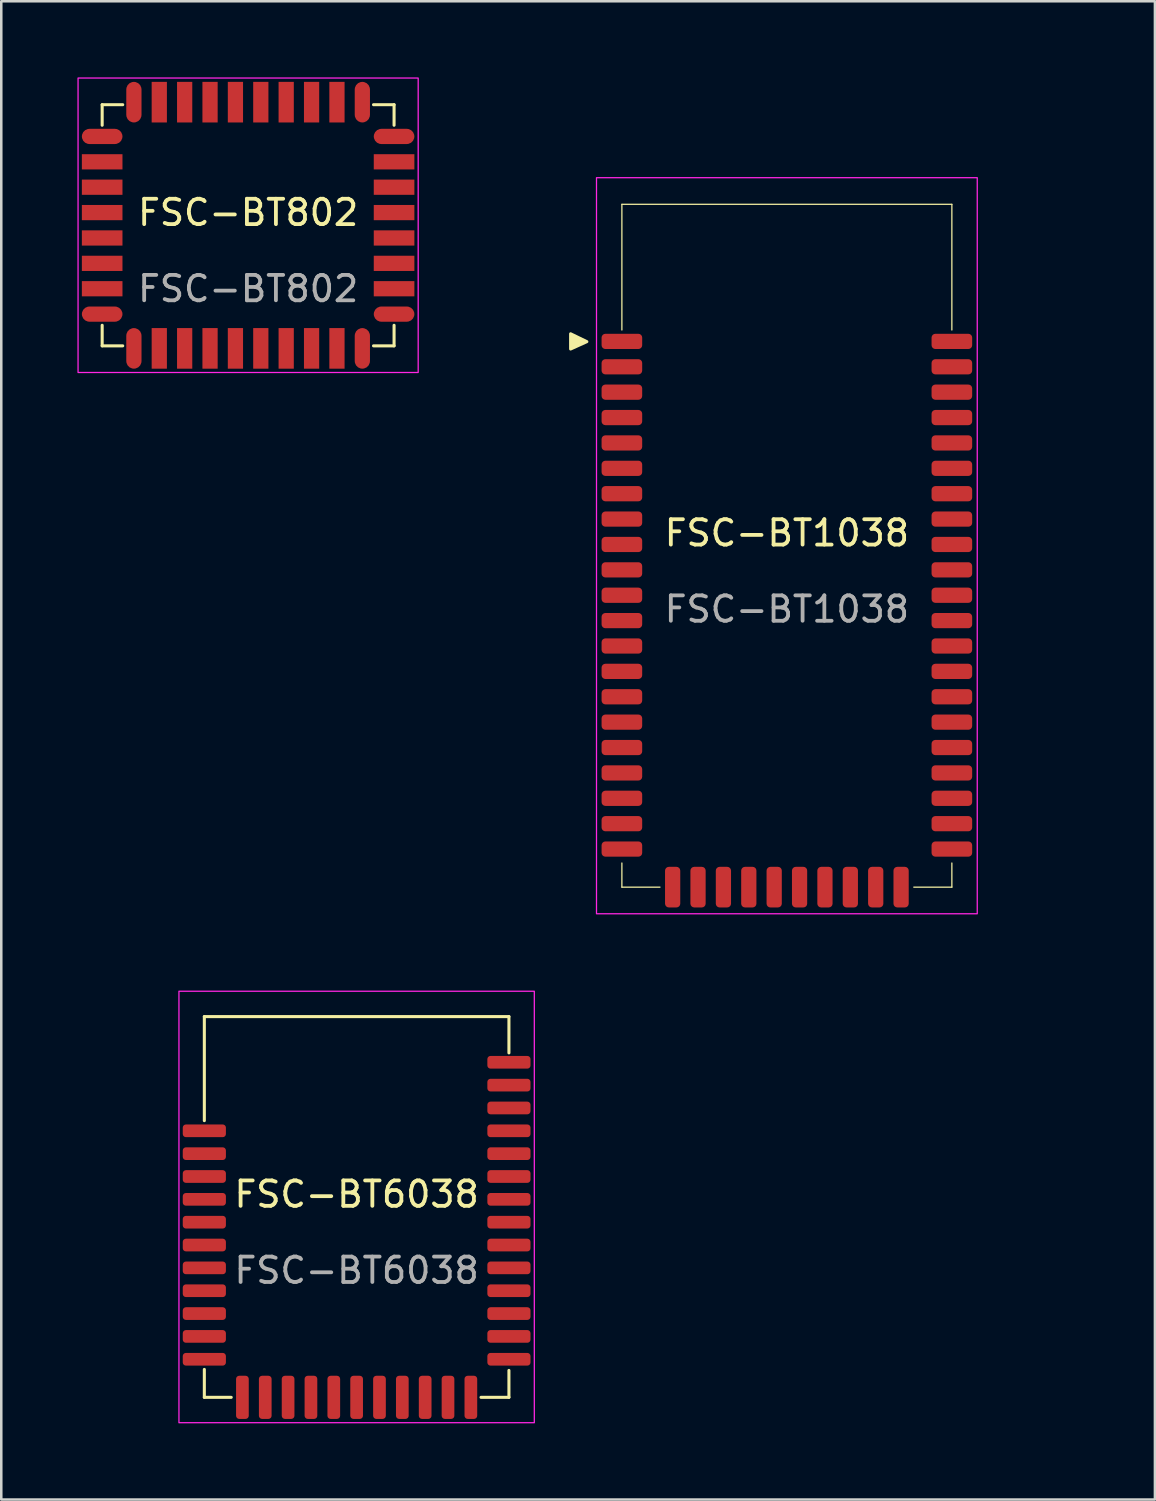
<source format=kicad_pcb>
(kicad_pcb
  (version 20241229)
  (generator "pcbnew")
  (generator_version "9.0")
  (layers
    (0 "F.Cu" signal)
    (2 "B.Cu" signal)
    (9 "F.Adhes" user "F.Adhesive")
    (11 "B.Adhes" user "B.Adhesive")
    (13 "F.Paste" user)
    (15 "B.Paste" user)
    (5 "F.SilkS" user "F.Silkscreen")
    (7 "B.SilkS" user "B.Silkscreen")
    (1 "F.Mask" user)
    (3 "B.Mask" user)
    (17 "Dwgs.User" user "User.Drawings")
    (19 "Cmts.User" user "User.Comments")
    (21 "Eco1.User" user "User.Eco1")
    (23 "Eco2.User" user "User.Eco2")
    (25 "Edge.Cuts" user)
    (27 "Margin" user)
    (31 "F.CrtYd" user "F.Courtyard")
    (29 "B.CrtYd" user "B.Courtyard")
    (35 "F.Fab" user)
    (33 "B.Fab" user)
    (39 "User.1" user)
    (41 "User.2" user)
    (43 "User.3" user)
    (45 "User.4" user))
  (footprint "FSC-BT802"
    (layer "F.Cu")
    (at 6.725 5.825)
    (property "Reference" "FSC-BT802" (at 0 -0.5 0) (unlocked yes) (layer "F.SilkS") (effects (font (size 1 1) (thickness 0.15))))
    (attr smd)
    (fp_line (start -5.75 -4.75) (end -5.75 -3.94) (stroke (width 0.12) (type default)) (layer "F.SilkS"))
    (fp_line (start -5.75 -4.75) (end -4.94 -4.75) (stroke (width 0.12) (type default)) (layer "F.SilkS"))
    (fp_line (start -5.75 4.75) (end -5.75 3.94) (stroke (width 0.12) (type default)) (layer "F.SilkS"))
    (fp_line (start -5.75 4.75) (end -4.94 4.75) (stroke (width 0.12) (type default)) (layer "F.SilkS"))
    (fp_line (start 5.75 -4.75) (end 4.94 -4.75) (stroke (width 0.12) (type default)) (layer "F.SilkS"))
    (fp_line (start 5.75 -4.75) (end 5.75 -3.94) (stroke (width 0.12) (type default)) (layer "F.SilkS"))
    (fp_line (start 5.75 4.75) (end 4.94 4.75) (stroke (width 0.12) (type default)) (layer "F.SilkS"))
    (fp_line (start 5.75 4.75) (end 5.75 3.94) (stroke (width 0.12) (type default)) (layer "F.SilkS"))
    (fp_rect (start -6.7 -5.8) (end 6.7 5.8) (stroke (width 0.05) (type default)) (fill no) (layer "F.CrtYd"))
    (fp_text user "${REFERENCE}" (at 0 2.5 0) (unlocked yes) (layer "F.Fab") (effects (font (size 1 1) (thickness 0.15))))
    (pad "1" smd roundrect (at -5.75 -3.5) (size 1.6 0.6) (layers "F.Cu" "F.Mask" "F.Paste") (roundrect_rratio 0.5))
    (pad "2" smd rect (at -5.75 -2.5) (size 1.6 0.6) (layers "F.Cu" "F.Mask" "F.Paste"))
    (pad "3" smd rect (at -5.75 -1.5) (size 1.6 0.6) (layers "F.Cu" "F.Mask" "F.Paste"))
    (pad "4" smd rect (at -5.75 -0.5) (size 1.6 0.6) (layers "F.Cu" "F.Mask" "F.Paste"))
    (pad "5" smd rect (at -5.75 0.5) (size 1.6 0.6) (layers "F.Cu" "F.Mask" "F.Paste"))
    (pad "6" smd rect (at -5.75 1.5) (size 1.6 0.6) (layers "F.Cu" "F.Mask" "F.Paste"))
    (pad "7" smd rect (at -5.75 2.5) (size 1.6 0.6) (layers "F.Cu" "F.Mask" "F.Paste"))
    (pad "8" smd roundrect (at -5.75 3.5) (size 1.6 0.6) (layers "F.Cu" "F.Mask" "F.Paste") (roundrect_rratio 0.5))
    (pad "9" smd roundrect (at -4.5 4.85 90) (size 1.6 0.6) (layers "F.Cu" "F.Mask" "F.Paste") (roundrect_rratio 0.5))
    (pad "10" smd rect (at -3.5 4.85 90) (size 1.6 0.6) (layers "F.Cu" "F.Mask" "F.Paste"))
    (pad "11" smd rect (at -2.5 4.85 90) (size 1.6 0.6) (layers "F.Cu" "F.Mask" "F.Paste"))
    (pad "12" smd rect (at -1.5 4.85 90) (size 1.6 0.6) (layers "F.Cu" "F.Mask" "F.Paste"))
    (pad "13" smd rect (at -0.5 4.85 90) (size 1.6 0.6) (layers "F.Cu" "F.Mask" "F.Paste"))
    (pad "14" smd rect (at 0.5 4.85 90) (size 1.6 0.6) (layers "F.Cu" "F.Mask" "F.Paste"))
    (pad "15" smd rect (at 1.5 4.85 90) (size 1.6 0.6) (layers "F.Cu" "F.Mask" "F.Paste"))
    (pad "16" smd rect (at 2.5 4.85 90) (size 1.6 0.6) (layers "F.Cu" "F.Mask" "F.Paste"))
    (pad "17" smd rect (at 3.5 4.85 90) (size 1.6 0.6) (layers "F.Cu" "F.Mask" "F.Paste"))
    (pad "18" smd roundrect (at 4.5 4.85 90) (size 1.6 0.6) (layers "F.Cu" "F.Mask" "F.Paste") (roundrect_rratio 0.5))
    (pad "19" smd roundrect (at 5.75 3.5) (size 1.6 0.6) (layers "F.Cu" "F.Mask" "F.Paste") (roundrect_rratio 0.5))
    (pad "20" smd rect (at 5.75 2.5) (size 1.6 0.6) (layers "F.Cu" "F.Mask" "F.Paste"))
    (pad "21" smd rect (at 5.75 1.5) (size 1.6 0.6) (layers "F.Cu" "F.Mask" "F.Paste"))
    (pad "22" smd rect (at 5.75 0.5) (size 1.6 0.6) (layers "F.Cu" "F.Mask" "F.Paste"))
    (pad "23" smd rect (at 5.75 -0.5) (size 1.6 0.6) (layers "F.Cu" "F.Mask" "F.Paste"))
    (pad "24" smd rect (at 5.75 -1.5) (size 1.6 0.6) (layers "F.Cu" "F.Mask" "F.Paste"))
    (pad "25" smd rect (at 5.75 -2.5) (size 1.6 0.6) (layers "F.Cu" "F.Mask" "F.Paste"))
    (pad "26" smd roundrect (at 5.75 -3.5) (size 1.6 0.6) (layers "F.Cu" "F.Mask" "F.Paste") (roundrect_rratio 0.5))
    (pad "27" smd roundrect (at 4.5 -4.85 90) (size 1.6 0.6) (layers "F.Cu" "F.Mask" "F.Paste") (roundrect_rratio 0.5))
    (pad "28" smd rect (at 3.5 -4.85 90) (size 1.6 0.6) (layers "F.Cu" "F.Mask" "F.Paste"))
    (pad "29" smd rect (at 2.5 -4.85 90) (size 1.6 0.6) (layers "F.Cu" "F.Mask" "F.Paste"))
    (pad "30" smd rect (at 1.5 -4.85 90) (size 1.6 0.6) (layers "F.Cu" "F.Mask" "F.Paste"))
    (pad "31" smd rect (at 0.5 -4.85 90) (size 1.6 0.6) (layers "F.Cu" "F.Mask" "F.Paste"))
    (pad "32" smd rect (at -0.5 -4.85 90) (size 1.6 0.6) (layers "F.Cu" "F.Mask" "F.Paste"))
    (pad "33" smd rect (at -1.5 -4.85 90) (size 1.6 0.6) (layers "F.Cu" "F.Mask" "F.Paste"))
    (pad "34" smd rect (at -2.5 -4.85 90) (size 1.6 0.6) (layers "F.Cu" "F.Mask" "F.Paste"))
    (pad "35" smd rect (at -3.5 -4.85 90) (size 1.6 0.6) (layers "F.Cu" "F.Mask" "F.Paste"))
    (pad "36" smd roundrect (at -4.5 -4.85 90) (size 1.6 0.6) (layers "F.Cu" "F.Mask" "F.Paste") (roundrect_rratio 0.5)))
  (footprint "FSC-BT6038"
    (layer "F.Cu")
    (at 11 44.5)
    (property "Reference" "FSC-BT6038" (at 0 -0.5 0) (unlocked yes) (layer "F.SilkS") (effects (font (size 1 1) (thickness 0.15))))
    (attr smd)
    (fp_line (start -6 -7.5) (end -6 -3.4) (stroke (width 0.12) (type default)) (layer "F.SilkS"))
    (fp_line (start -6 -7.5) (end 6 -7.5) (stroke (width 0.12) (type default)) (layer "F.SilkS"))
    (fp_line (start -6 7.5) (end -6 6.4) (stroke (width 0.12) (type default)) (layer "F.SilkS"))
    (fp_line (start -6 7.5) (end -4.94 7.5) (stroke (width 0.12) (type default)) (layer "F.SilkS"))
    (fp_line (start 6 -7.5) (end 6 -6.07) (stroke (width 0.12) (type default)) (layer "F.SilkS"))
    (fp_line (start 6 7.5) (end 4.9 7.5) (stroke (width 0.12) (type default)) (layer "F.SilkS"))
    (fp_line (start 6 7.5) (end 6 6.44) (stroke (width 0.12) (type default)) (layer "F.SilkS"))
    (fp_rect (start -7 -8.5) (end 7 8.5) (stroke (width 0.05) (type default)) (fill no) (layer "F.CrtYd"))
    (fp_text user "${REFERENCE}" (at 0 2.5 0) (unlocked yes) (layer "F.Fab") (effects (font (size 1 1) (thickness 0.15))))
    (pad "1" smd roundrect (at -6 -3) (size 1.7 0.5) (layers "F.Cu" "F.Mask" "F.Paste") (roundrect_rratio 0.25))
    (pad "2" smd roundrect (at -6 -2.1) (size 1.7 0.5) (layers "F.Cu" "F.Mask" "F.Paste") (roundrect_rratio 0.25))
    (pad "3" smd roundrect (at -6 -1.2) (size 1.7 0.5) (layers "F.Cu" "F.Mask" "F.Paste") (roundrect_rratio 0.25))
    (pad "4" smd roundrect (at -6 -0.3) (size 1.7 0.5) (layers "F.Cu" "F.Mask" "F.Paste") (roundrect_rratio 0.25))
    (pad "5" smd roundrect (at -6 0.6) (size 1.7 0.5) (layers "F.Cu" "F.Mask" "F.Paste") (roundrect_rratio 0.25))
    (pad "6" smd roundrect (at -6 1.5) (size 1.7 0.5) (layers "F.Cu" "F.Mask" "F.Paste") (roundrect_rratio 0.25))
    (pad "7" smd roundrect (at -6 2.4) (size 1.7 0.5) (layers "F.Cu" "F.Mask" "F.Paste") (roundrect_rratio 0.25))
    (pad "8" smd roundrect (at -6 3.3) (size 1.7 0.5) (layers "F.Cu" "F.Mask" "F.Paste") (roundrect_rratio 0.25))
    (pad "9" smd roundrect (at -6 4.2) (size 1.7 0.5) (layers "F.Cu" "F.Mask" "F.Paste") (roundrect_rratio 0.25))
    (pad "10" smd roundrect (at -6 5.1) (size 1.7 0.5) (layers "F.Cu" "F.Mask" "F.Paste") (roundrect_rratio 0.25))
    (pad "11" smd roundrect (at -6 6) (size 1.7 0.5) (layers "F.Cu" "F.Mask" "F.Paste") (roundrect_rratio 0.25))
    (pad "12" smd roundrect (at -4.5 7.5 270) (size 1.7 0.5) (layers "F.Cu" "F.Mask" "F.Paste") (roundrect_rratio 0.25))
    (pad "13" smd roundrect (at -3.6 7.5 270) (size 1.7 0.5) (layers "F.Cu" "F.Mask" "F.Paste") (roundrect_rratio 0.25))
    (pad "14" smd roundrect (at -2.7 7.5 270) (size 1.7 0.5) (layers "F.Cu" "F.Mask" "F.Paste") (roundrect_rratio 0.25))
    (pad "15" smd roundrect (at -1.8 7.5 270) (size 1.7 0.5) (layers "F.Cu" "F.Mask" "F.Paste") (roundrect_rratio 0.25))
    (pad "16" smd roundrect (at -0.9 7.5 270) (size 1.7 0.5) (layers "F.Cu" "F.Mask" "F.Paste") (roundrect_rratio 0.25))
    (pad "17" smd roundrect (at 0 7.5 270) (size 1.7 0.5) (layers "F.Cu" "F.Mask" "F.Paste") (roundrect_rratio 0.25))
    (pad "18" smd roundrect (at 0.9 7.5 270) (size 1.7 0.5) (layers "F.Cu" "F.Mask" "F.Paste") (roundrect_rratio 0.25))
    (pad "19" smd roundrect (at 1.8 7.5 270) (size 1.7 0.5) (layers "F.Cu" "F.Mask" "F.Paste") (roundrect_rratio 0.25))
    (pad "20" smd roundrect (at 2.7 7.5 270) (size 1.7 0.5) (layers "F.Cu" "F.Mask" "F.Paste") (roundrect_rratio 0.25))
    (pad "21" smd roundrect (at 3.6 7.5 270) (size 1.7 0.5) (layers "F.Cu" "F.Mask" "F.Paste") (roundrect_rratio 0.25))
    (pad "22" smd roundrect (at 4.5 7.5 270) (size 1.7 0.5) (layers "F.Cu" "F.Mask" "F.Paste") (roundrect_rratio 0.25))
    (pad "23" smd roundrect (at 6 6) (size 1.7 0.5) (layers "F.Cu" "F.Mask" "F.Paste") (roundrect_rratio 0.25))
    (pad "24" smd roundrect (at 6 5.1) (size 1.7 0.5) (layers "F.Cu" "F.Mask" "F.Paste") (roundrect_rratio 0.25))
    (pad "25" smd roundrect (at 6 4.2) (size 1.7 0.5) (layers "F.Cu" "F.Mask" "F.Paste") (roundrect_rratio 0.25))
    (pad "26" smd roundrect (at 6 3.3) (size 1.7 0.5) (layers "F.Cu" "F.Mask" "F.Paste") (roundrect_rratio 0.25))
    (pad "27" smd roundrect (at 6 2.4) (size 1.7 0.5) (layers "F.Cu" "F.Mask" "F.Paste") (roundrect_rratio 0.25))
    (pad "28" smd roundrect (at 6 1.5) (size 1.7 0.5) (layers "F.Cu" "F.Mask" "F.Paste") (roundrect_rratio 0.25))
    (pad "29" smd roundrect (at 6 0.6) (size 1.7 0.5) (layers "F.Cu" "F.Mask" "F.Paste") (roundrect_rratio 0.25))
    (pad "30" smd roundrect (at 6 -0.3) (size 1.7 0.5) (layers "F.Cu" "F.Mask" "F.Paste") (roundrect_rratio 0.25))
    (pad "31" smd roundrect (at 6 -1.2) (size 1.7 0.5) (layers "F.Cu" "F.Mask" "F.Paste") (roundrect_rratio 0.25))
    (pad "32" smd roundrect (at 6 -2.1) (size 1.7 0.5) (layers "F.Cu" "F.Mask" "F.Paste") (roundrect_rratio 0.25))
    (pad "33" smd roundrect (at 6 -3) (size 1.7 0.5) (layers "F.Cu" "F.Mask" "F.Paste") (roundrect_rratio 0.25))
    (pad "34" smd roundrect (at 6 -3.9) (size 1.7 0.5) (layers "F.Cu" "F.Mask" "F.Paste") (roundrect_rratio 0.25))
    (pad "35" smd roundrect (at 6 -4.8) (size 1.7 0.5) (layers "F.Cu" "F.Mask" "F.Paste") (roundrect_rratio 0.25))
    (pad "36" smd roundrect (at 6 -5.7) (size 1.7 0.5) (layers "F.Cu" "F.Mask" "F.Paste") (roundrect_rratio 0.25))
    (zone (net_name "") (layers "F.Cu" "B.Cu") (hatch edge 0.5) (connect_pads) (min_thickness 0.25) (filled_areas_thickness no) (keepout (tracks not_allowed) (vias not_allowed) (pads not_allowed) (copperpour not_allowed) (footprints allowed)) (placement (enabled no)) (fill) (polygon (pts (xy 0 36.94) (xy 0 41.25) (xy 15.45 41.25) (xy 15.45 38.55) (xy 22 38.55) (xy 22 36.94)))))
  (footprint "FSC-BT1038"
    (layer "F.Cu")
    (at 27.95 18.45)
    (property "Reference" "FSC-BT1038" (at 0 -0.5 0) (unlocked yes) (layer "F.SilkS") (effects (font (size 1 1) (thickness 0.15))))
    (attr smd)
    (fp_line (start -6.5 -13.45) (end -6.5 -8.5) (stroke (width 0.05) (type default)) (layer "F.SilkS"))
    (fp_line (start -6.5 -13.45) (end 6.5 -13.45) (stroke (width 0.05) (type default)) (layer "F.SilkS"))
    (fp_line (start -6.5 13.45) (end -6.5 12.5) (stroke (width 0.05) (type default)) (layer "F.SilkS"))
    (fp_line (start -6.5 13.45) (end -5 13.45) (stroke (width 0.05) (type default)) (layer "F.SilkS"))
    (fp_line (start 6.5 -13.45) (end 6.5 -8.5) (stroke (width 0.05) (type default)) (layer "F.SilkS"))
    (fp_line (start 6.5 13.45) (end 5 13.45) (stroke (width 0.05) (type default)) (layer "F.SilkS"))
    (fp_line (start 6.5 13.45) (end 6.5 12.5) (stroke (width 0.05) (type default)) (layer "F.SilkS"))
    (fp_poly (pts (xy -7.88 -8.04) (xy -8.52 -8.35) (xy -8.52 -7.75)) (stroke (width 0.12) (type solid)) (fill yes) (layer "F.SilkS"))
    (fp_rect (start -7.5 -14.5) (end 7.5 14.5) (stroke (width 0.05) (type default)) (fill no) (layer "F.CrtYd"))
    (fp_text user "${REFERENCE}" (at 0 2.5 0) (unlocked yes) (layer "F.Fab") (effects (font (size 1 1) (thickness 0.15))))
    (pad "1" smd roundrect (at -6.5 -8.05) (size 1.6 0.6) (layers "F.Cu" "F.Mask" "F.Paste") (roundrect_rratio 0.25))
    (pad "2" smd roundrect (at -6.5 -7.05) (size 1.6 0.6) (layers "F.Cu" "F.Mask" "F.Paste") (roundrect_rratio 0.25))
    (pad "3" smd roundrect (at -6.5 -6.05) (size 1.6 0.6) (layers "F.Cu" "F.Mask" "F.Paste") (roundrect_rratio 0.25))
    (pad "4" smd roundrect (at -6.5 -5.05) (size 1.6 0.6) (layers "F.Cu" "F.Mask" "F.Paste") (roundrect_rratio 0.25))
    (pad "5" smd roundrect (at -6.5 -4.05) (size 1.6 0.6) (layers "F.Cu" "F.Mask" "F.Paste") (roundrect_rratio 0.25))
    (pad "6" smd roundrect (at -6.5 -3.05) (size 1.6 0.6) (layers "F.Cu" "F.Mask" "F.Paste") (roundrect_rratio 0.25))
    (pad "7" smd roundrect (at -6.5 -2.05) (size 1.6 0.6) (layers "F.Cu" "F.Mask" "F.Paste") (roundrect_rratio 0.25))
    (pad "8" smd roundrect (at -6.5 -1.05) (size 1.6 0.6) (layers "F.Cu" "F.Mask" "F.Paste") (roundrect_rratio 0.25))
    (pad "9" smd roundrect (at -6.5 -0.05) (size 1.6 0.6) (layers "F.Cu" "F.Mask" "F.Paste") (roundrect_rratio 0.25))
    (pad "10" smd roundrect (at -6.5 0.95) (size 1.6 0.6) (layers "F.Cu" "F.Mask" "F.Paste") (roundrect_rratio 0.25))
    (pad "11" smd roundrect (at -6.5 1.95) (size 1.6 0.6) (layers "F.Cu" "F.Mask" "F.Paste") (roundrect_rratio 0.25))
    (pad "12" smd roundrect (at -6.5 2.95) (size 1.6 0.6) (layers "F.Cu" "F.Mask" "F.Paste") (roundrect_rratio 0.25))
    (pad "13" smd roundrect (at -6.5 3.95) (size 1.6 0.6) (layers "F.Cu" "F.Mask" "F.Paste") (roundrect_rratio 0.25))
    (pad "14" smd roundrect (at -6.5 4.95) (size 1.6 0.6) (layers "F.Cu" "F.Mask" "F.Paste") (roundrect_rratio 0.25))
    (pad "15" smd roundrect (at -6.5 5.95) (size 1.6 0.6) (layers "F.Cu" "F.Mask" "F.Paste") (roundrect_rratio 0.25))
    (pad "16" smd roundrect (at -6.5 6.95) (size 1.6 0.6) (layers "F.Cu" "F.Mask" "F.Paste") (roundrect_rratio 0.25))
    (pad "17" smd roundrect (at -6.5 7.95) (size 1.6 0.6) (layers "F.Cu" "F.Mask" "F.Paste") (roundrect_rratio 0.25))
    (pad "18" smd roundrect (at -6.5 8.95) (size 1.6 0.6) (layers "F.Cu" "F.Mask" "F.Paste") (roundrect_rratio 0.25))
    (pad "19" smd roundrect (at -6.5 9.95) (size 1.6 0.6) (layers "F.Cu" "F.Mask" "F.Paste") (roundrect_rratio 0.25))
    (pad "20" smd roundrect (at -6.5 10.95) (size 1.6 0.6) (layers "F.Cu" "F.Mask" "F.Paste") (roundrect_rratio 0.25))
    (pad "21" smd roundrect (at -6.5 11.95) (size 1.6 0.6) (layers "F.Cu" "F.Mask" "F.Paste") (roundrect_rratio 0.25))
    (pad "22" smd roundrect (at -4.5 13.45 270) (size 1.6 0.6) (layers "F.Cu" "F.Mask" "F.Paste") (roundrect_rratio 0.25))
    (pad "23" smd roundrect (at -3.5 13.45 270) (size 1.6 0.6) (layers "F.Cu" "F.Mask" "F.Paste") (roundrect_rratio 0.25))
    (pad "24" smd roundrect (at -2.5 13.45 270) (size 1.6 0.6) (layers "F.Cu" "F.Mask" "F.Paste") (roundrect_rratio 0.25))
    (pad "25" smd roundrect (at -1.5 13.45 270) (size 1.6 0.6) (layers "F.Cu" "F.Mask" "F.Paste") (roundrect_rratio 0.25))
    (pad "26" smd roundrect (at -0.5 13.45 270) (size 1.6 0.6) (layers "F.Cu" "F.Mask" "F.Paste") (roundrect_rratio 0.25))
    (pad "27" smd roundrect (at 0.5 13.45 270) (size 1.6 0.6) (layers "F.Cu" "F.Mask" "F.Paste") (roundrect_rratio 0.25))
    (pad "28" smd roundrect (at 1.5 13.45 270) (size 1.6 0.6) (layers "F.Cu" "F.Mask" "F.Paste") (roundrect_rratio 0.25))
    (pad "29" smd roundrect (at 2.5 13.45 270) (size 1.6 0.6) (layers "F.Cu" "F.Mask" "F.Paste") (roundrect_rratio 0.25))
    (pad "30" smd roundrect (at 3.5 13.45 270) (size 1.6 0.6) (layers "F.Cu" "F.Mask" "F.Paste") (roundrect_rratio 0.25))
    (pad "31" smd roundrect (at 4.5 13.45 270) (size 1.6 0.6) (layers "F.Cu" "F.Mask" "F.Paste") (roundrect_rratio 0.25))
    (pad "32" smd roundrect (at 6.5 11.95) (size 1.6 0.6) (layers "F.Cu" "F.Mask" "F.Paste") (roundrect_rratio 0.25))
    (pad "33" smd roundrect (at 6.5 10.95) (size 1.6 0.6) (layers "F.Cu" "F.Mask" "F.Paste") (roundrect_rratio 0.25))
    (pad "34" smd roundrect (at 6.5 9.95) (size 1.6 0.6) (layers "F.Cu" "F.Mask" "F.Paste") (roundrect_rratio 0.25))
    (pad "35" smd roundrect (at 6.5 8.95) (size 1.6 0.6) (layers "F.Cu" "F.Mask" "F.Paste") (roundrect_rratio 0.25))
    (pad "36" smd roundrect (at 6.5 7.95) (size 1.6 0.6) (layers "F.Cu" "F.Mask" "F.Paste") (roundrect_rratio 0.25))
    (pad "37" smd roundrect (at 6.5 6.95) (size 1.6 0.6) (layers "F.Cu" "F.Mask" "F.Paste") (roundrect_rratio 0.25))
    (pad "38" smd roundrect (at 6.5 5.95) (size 1.6 0.6) (layers "F.Cu" "F.Mask" "F.Paste") (roundrect_rratio 0.25))
    (pad "39" smd roundrect (at 6.5 4.95) (size 1.6 0.6) (layers "F.Cu" "F.Mask" "F.Paste") (roundrect_rratio 0.25))
    (pad "40" smd roundrect (at 6.5 3.95) (size 1.6 0.6) (layers "F.Cu" "F.Mask" "F.Paste") (roundrect_rratio 0.25))
    (pad "41" smd roundrect (at 6.5 2.95) (size 1.6 0.6) (layers "F.Cu" "F.Mask" "F.Paste") (roundrect_rratio 0.25))
    (pad "42" smd roundrect (at 6.5 1.95) (size 1.6 0.6) (layers "F.Cu" "F.Mask" "F.Paste") (roundrect_rratio 0.25))
    (pad "43" smd roundrect (at 6.5 0.95) (size 1.6 0.6) (layers "F.Cu" "F.Mask" "F.Paste") (roundrect_rratio 0.25))
    (pad "44" smd roundrect (at 6.5 -0.05) (size 1.6 0.6) (layers "F.Cu" "F.Mask" "F.Paste") (roundrect_rratio 0.25))
    (pad "45" smd roundrect (at 6.5 -1.05) (size 1.6 0.6) (layers "F.Cu" "F.Mask" "F.Paste") (roundrect_rratio 0.25))
    (pad "46" smd roundrect (at 6.5 -2.05) (size 1.6 0.6) (layers "F.Cu" "F.Mask" "F.Paste") (roundrect_rratio 0.25))
    (pad "47" smd roundrect (at 6.5 -3.05) (size 1.6 0.6) (layers "F.Cu" "F.Mask" "F.Paste") (roundrect_rratio 0.25))
    (pad "48" smd roundrect (at 6.5 -4.05) (size 1.6 0.6) (layers "F.Cu" "F.Mask" "F.Paste") (roundrect_rratio 0.25))
    (pad "49" smd roundrect (at 6.5 -5.05) (size 1.6 0.6) (layers "F.Cu" "F.Mask" "F.Paste") (roundrect_rratio 0.25))
    (pad "50" smd roundrect (at 6.5 -6.05) (size 1.6 0.6) (layers "F.Cu" "F.Mask" "F.Paste") (roundrect_rratio 0.25))
    (pad "51" smd roundrect (at 6.5 -7.05) (size 1.6 0.6) (layers "F.Cu" "F.Mask" "F.Paste") (roundrect_rratio 0.25))
    (pad "52" smd roundrect (at 6.5 -8.05) (size 1.6 0.6) (layers "F.Cu" "F.Mask" "F.Paste") (roundrect_rratio 0.25))
    (zone (net_name "") (layers "F.Cu" "B.Cu") (hatch edge 0.5) (connect_pads) (min_thickness 0.25) (filled_areas_thickness no) (keepout (tracks not_allowed) (vias not_allowed) (pads not_allowed) (copperpour not_allowed) (footprints allowed)) (placement (enabled no)) (fill) (polygon (pts (xy 16.45 10.08) (xy 39.45 10.08) (xy 39.45 0) (xy 16.45 0)))))
  (gr_rect
    (start -3 -3)
    (end 42.45 56.025)
    (stroke (width 0.1) (type default))
    (fill no)
    (layer "Edge.Cuts")))
</source>
